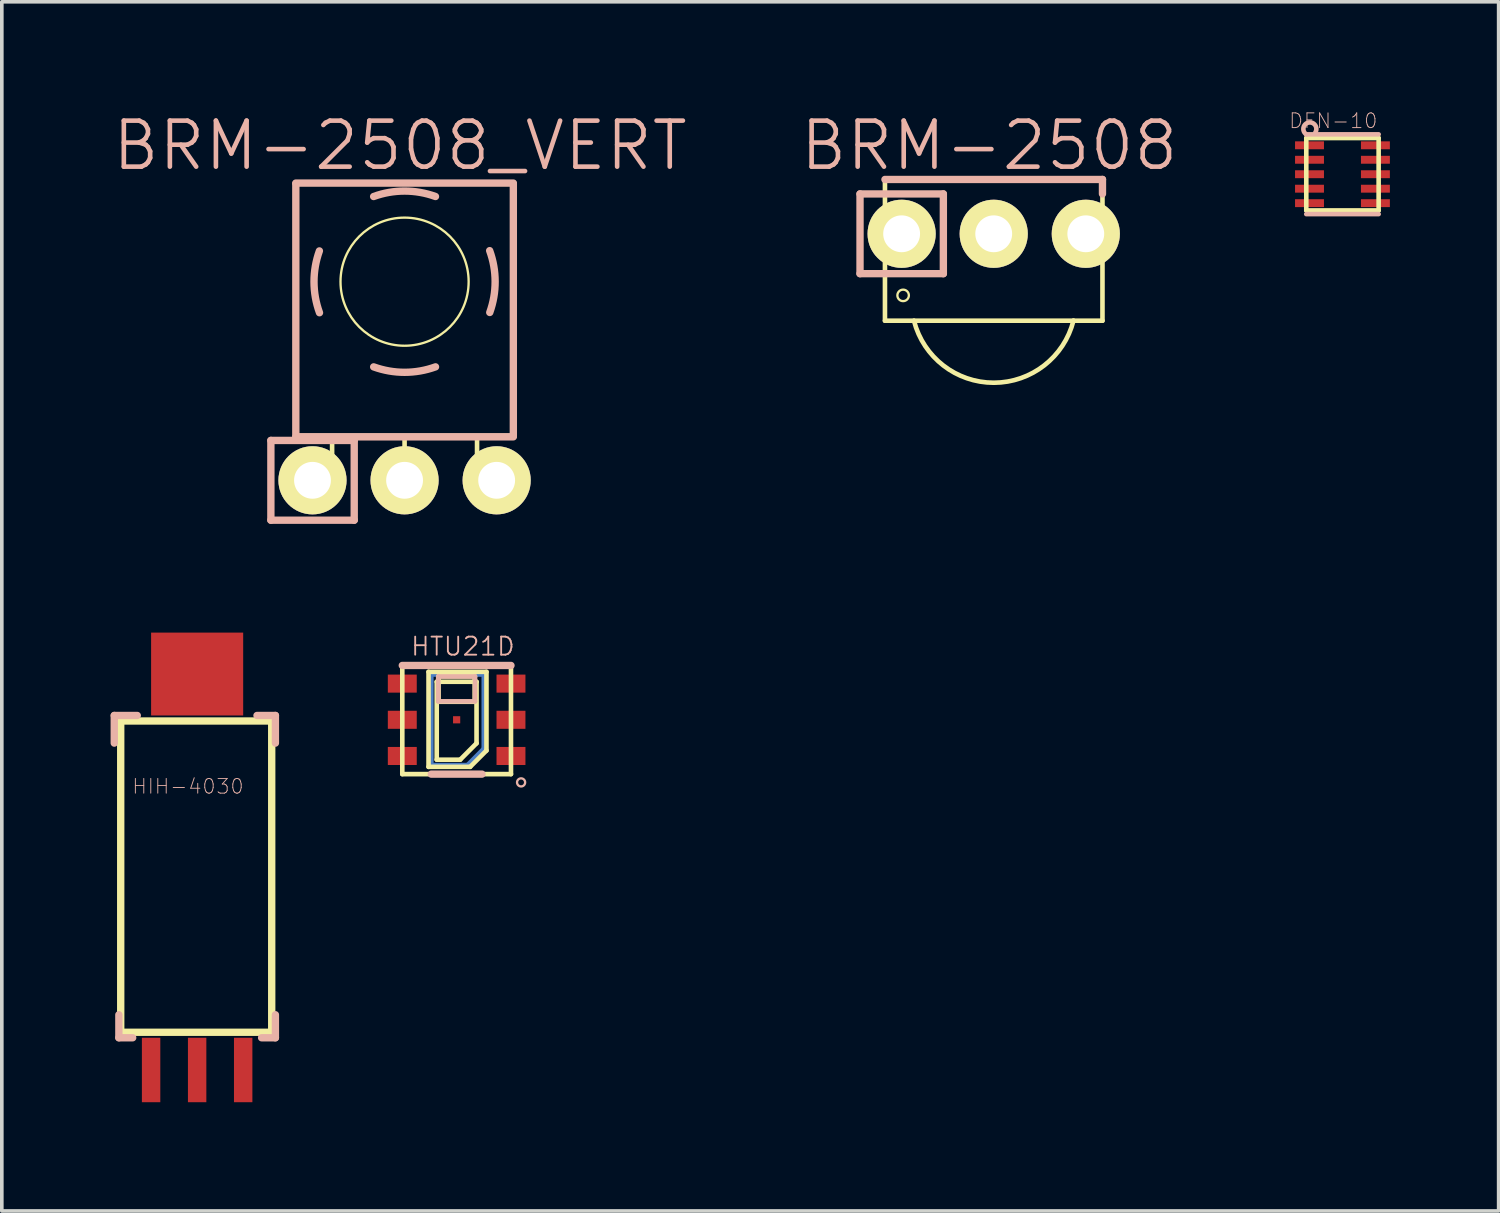
<source format=kicad_pcb>
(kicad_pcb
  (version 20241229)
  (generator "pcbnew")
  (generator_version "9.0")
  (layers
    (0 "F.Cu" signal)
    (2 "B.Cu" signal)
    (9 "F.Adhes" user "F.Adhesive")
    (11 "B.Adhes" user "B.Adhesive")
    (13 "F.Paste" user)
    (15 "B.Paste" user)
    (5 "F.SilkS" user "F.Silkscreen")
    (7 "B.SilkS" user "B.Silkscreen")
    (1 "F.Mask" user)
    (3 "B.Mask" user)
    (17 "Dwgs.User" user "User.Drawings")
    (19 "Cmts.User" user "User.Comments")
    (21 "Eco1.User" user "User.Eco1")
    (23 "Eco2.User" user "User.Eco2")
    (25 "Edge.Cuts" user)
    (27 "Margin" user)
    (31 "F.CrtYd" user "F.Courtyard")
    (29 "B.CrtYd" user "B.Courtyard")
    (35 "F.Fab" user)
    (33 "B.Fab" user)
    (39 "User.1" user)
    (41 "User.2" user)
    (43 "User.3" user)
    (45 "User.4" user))
  (footprint "HIH-4030"
    (layer "F.Cu")
    (at 2.388 21.385)
    (property "Reference" "HIH-4030" (at -0.254 -2.743 0) (layer "B.SilkS") (effects (font (size 0.406 0.406) (thickness 0.025))))
    (attr smd)
    (fp_line (start -2.108 -4.547) (end 2.057 -4.547) (stroke (width 0.203) (type solid)) (layer "F.SilkS"))
    (fp_line (start -2.108 4.039) (end -2.108 -4.547) (stroke (width 0.203) (type solid)) (layer "F.SilkS"))
    (fp_line (start 2.057 -4.547) (end 2.057 4.039) (stroke (width 0.203) (type solid)) (layer "F.SilkS"))
    (fp_line (start 2.057 4.039) (end -2.108 4.039) (stroke (width 0.203) (type solid)) (layer "F.SilkS"))
    (fp_line (start -2.286 -4.699) (end -1.651 -4.699) (stroke (width 0.203) (type solid)) (layer "B.SilkS"))
    (fp_line (start -2.286 -3.937) (end -2.286 -4.699) (stroke (width 0.203) (type solid)) (layer "B.SilkS"))
    (fp_line (start -2.159 3.556) (end -2.159 4.191) (stroke (width 0.203) (type solid)) (layer "B.SilkS"))
    (fp_line (start -2.159 4.191) (end -1.778 4.191) (stroke (width 0.203) (type solid)) (layer "B.SilkS"))
    (fp_line (start 1.778 4.191) (end 2.159 4.191) (stroke (width 0.203) (type solid)) (layer "B.SilkS"))
    (fp_line (start 2.159 -4.699) (end 1.651 -4.699) (stroke (width 0.203) (type solid)) (layer "B.SilkS"))
    (fp_line (start 2.159 -3.937) (end 2.159 -4.699) (stroke (width 0.203) (type solid)) (layer "B.SilkS"))
    (fp_line (start 2.159 4.191) (end 2.159 3.556) (stroke (width 0.203) (type solid)) (layer "B.SilkS"))
    (pad "1" smd rect (at -1.27 5.08) (size 0.508 1.778) (layers "F.Cu" "F.Mask" "F.Paste"))
    (pad "2" smd rect (at 0 5.08) (size 0.508 1.778) (layers "F.Cu" "F.Mask" "F.Paste"))
    (pad "3" smd rect (at 1.27 5.08) (size 0.508 1.778) (layers "F.Cu" "F.Mask" "F.Paste"))
    (pad "NC" smd rect (at 0 -5.842) (size 2.54 2.286) (layers "F.Cu" "F.Mask" "F.Paste")))
  (footprint "HTU21D"
    (layer "F.Cu")
    (at 9.546 16.805)
    (property "Reference" "HTU21D" (at 0.173 -2.024 0) (layer "B.SilkS") (effects (font (size 0.498 0.498) (thickness 0.051))))
    (attr smd)
    (fp_line (start -0.699 -1.25) (end 0.749 -1.25) (stroke (width 0.127) (type solid)) (layer "B.Cu"))
    (fp_line (start -0.699 1.25) (end -0.699 -1.25) (stroke (width 0.127) (type solid)) (layer "B.Cu"))
    (fp_line (start 0.3 1.25) (end -0.699 1.25) (stroke (width 0.127) (type solid)) (layer "B.Cu"))
    (fp_line (start 0.749 -1.25) (end 0.749 0.798) (stroke (width 0.127) (type solid)) (layer "B.Cu"))
    (fp_line (start 0.749 0.798) (end 0.3 1.25) (stroke (width 0.127) (type solid)) (layer "B.Cu"))
    (fp_line (start -1.499 -1.499) (end -1.499 1.499) (stroke (width 0.127) (type solid)) (layer "F.SilkS"))
    (fp_line (start -0.775 -1.323) (end -0.775 1.298) (stroke (width 0.127) (type solid)) (layer "F.SilkS"))
    (fp_line (start -0.775 1.298) (end 0.373 1.298) (stroke (width 0.127) (type solid)) (layer "F.SilkS"))
    (fp_line (start -0.549 -1.049) (end 0.549 -1.049) (stroke (width 0.127) (type solid)) (layer "F.SilkS"))
    (fp_line (start -0.549 1.1) (end -0.549 -1.049) (stroke (width 0.127) (type solid)) (layer "F.SilkS"))
    (fp_line (start -0.498 -1.199) (end 0.498 -1.199) (stroke (width 0.127) (type solid)) (layer "F.SilkS"))
    (fp_line (start -0.498 -0.498) (end -0.498 -1.199) (stroke (width 0.127) (type solid)) (layer "F.SilkS"))
    (fp_line (start 0.099 1.1) (end -0.549 1.1) (stroke (width 0.127) (type solid)) (layer "F.SilkS"))
    (fp_line (start 0.373 1.298) (end 0.823 0.848) (stroke (width 0.127) (type solid)) (layer "F.SilkS"))
    (fp_line (start 0.498 -1.199) (end 0.498 -0.498) (stroke (width 0.127) (type solid)) (layer "F.SilkS"))
    (fp_line (start 0.498 -0.498) (end -0.498 -0.498) (stroke (width 0.127) (type solid)) (layer "F.SilkS"))
    (fp_line (start 0.549 -1.049) (end 0.549 0.648) (stroke (width 0.127) (type solid)) (layer "F.SilkS"))
    (fp_line (start 0.549 0.648) (end 0.099 1.1) (stroke (width 0.127) (type solid)) (layer "F.SilkS"))
    (fp_line (start 0.823 -1.323) (end -0.775 -1.323) (stroke (width 0.127) (type solid)) (layer "F.SilkS"))
    (fp_line (start 0.823 0.848) (end 0.823 -1.323) (stroke (width 0.127) (type solid)) (layer "F.SilkS"))
    (fp_line (start 1.499 -1.499) (end -1.499 -1.499) (stroke (width 0.127) (type solid)) (layer "F.SilkS"))
    (fp_line (start 1.499 -1.499) (end 1.499 1.499) (stroke (width 0.127) (type solid)) (layer "F.SilkS"))
    (fp_line (start 1.499 1.499) (end -1.499 1.499) (stroke (width 0.127) (type solid)) (layer "F.SilkS"))
    (fp_line (start -1.499 -1.499) (end 1.499 -1.499) (stroke (width 0.203) (type solid)) (layer "B.SilkS"))
    (fp_line (start -0.699 1.499) (end 0.699 1.499) (stroke (width 0.203) (type solid)) (layer "B.SilkS"))
    (fp_line (start -0.508 -1.194) (end -0.508 -0.508) (stroke (width 0.127) (type solid)) (layer "B.SilkS"))
    (fp_line (start -0.508 -0.508) (end 0.508 -0.508) (stroke (width 0.127) (type solid)) (layer "B.SilkS"))
    (fp_line (start 0.508 -1.194) (end -0.508 -1.194) (stroke (width 0.127) (type solid)) (layer "B.SilkS"))
    (fp_line (start 0.508 -0.508) (end 0.508 -1.194) (stroke (width 0.127) (type solid)) (layer "B.SilkS"))
    (fp_circle (center 1.778 1.727) (end 1.857 1.806) (stroke (width 0.064) (type solid)) (fill no) (layer "B.SilkS"))
    (pad "7" smd rect (at 0 0) (size 0.198 0.198) (layers "F.Cu" "F.Mask" "F.Paste"))
    (pad "DATA" smd rect (at 1.499 0.998 270) (size 0.498 0.798) (layers "F.Cu" "F.Mask" "F.Paste"))
    (pad "GND" smd rect (at 1.499 0 270) (size 0.498 0.798) (layers "F.Cu" "F.Mask" "F.Paste"))
    (pad "NC@1" smd rect (at -1.499 -0.998 270) (size 0.498 0.798) (layers "F.Cu" "F.Mask" "F.Paste"))
    (pad "NC@6" smd rect (at 1.499 -0.998 270) (size 0.498 0.798) (layers "F.Cu" "F.Mask" "F.Paste"))
    (pad "SCK" smd rect (at -1.499 0.998 270) (size 0.498 0.798) (layers "F.Cu" "F.Mask" "F.Paste"))
    (pad "VDD" smd rect (at -1.499 0 270) (size 0.498 0.798) (layers "F.Cu" "F.Mask" "F.Paste")))
  (footprint "DFN-10"
    (layer "F.Cu")
    (at 33.981 1.756)
    (property "Reference" "DFN-10" (at -0.254 -1.473 0) (layer "B.SilkS") (effects (font (size 0.406 0.406) (thickness 0.025))))
    (attr smd)
    (fp_line (start -0.998 -0.998) (end -0.998 0.998) (stroke (width 0.127) (type solid)) (layer "F.SilkS"))
    (fp_line (start -0.998 0.998) (end 0.998 0.998) (stroke (width 0.127) (type solid)) (layer "F.SilkS"))
    (fp_line (start 0.998 -0.998) (end -0.998 -0.998) (stroke (width 0.127) (type solid)) (layer "F.SilkS"))
    (fp_line (start 0.998 0.998) (end 0.998 -0.998) (stroke (width 0.127) (type solid)) (layer "F.SilkS"))
    (fp_line (start -0.998 -1.1) (end 0.998 -1.1) (stroke (width 0.127) (type solid)) (layer "B.SilkS"))
    (fp_line (start -0.998 1.1) (end 0.998 1.1) (stroke (width 0.127) (type solid)) (layer "B.SilkS"))
    (fp_arc (start -0.99822 -1.09982) (mid -0.935081 -1.425693) (end -0.7493 -1.15062) (stroke (width 0.127) (type solid)) (layer "B.SilkS"))
    (pad "1" smd rect (at -0.909 -0.798) (size 0.798 0.218) (layers "F.Cu" "F.Mask" "F.Paste"))
    (pad "2" smd rect (at -0.909 -0.399) (size 0.798 0.218) (layers "F.Cu" "F.Mask" "F.Paste"))
    (pad "3" smd rect (at -0.909 0) (size 0.798 0.218) (layers "F.Cu" "F.Mask" "F.Paste"))
    (pad "4" smd rect (at -0.909 0.399) (size 0.798 0.218) (layers "F.Cu" "F.Mask" "F.Paste"))
    (pad "5" smd rect (at -0.909 0.798) (size 0.798 0.218) (layers "F.Cu" "F.Mask" "F.Paste"))
    (pad "6" smd rect (at 0.909 0.798) (size 0.798 0.218) (layers "F.Cu" "F.Mask" "F.Paste"))
    (pad "7" smd rect (at 0.909 0.399) (size 0.798 0.218) (layers "F.Cu" "F.Mask" "F.Paste"))
    (pad "8" smd rect (at 0.909 0) (size 0.798 0.218) (layers "F.Cu" "F.Mask" "F.Paste"))
    (pad "9" smd rect (at 0.909 -0.399) (size 0.798 0.218) (layers "F.Cu" "F.Mask" "F.Paste"))
    (pad "10" smd rect (at 0.909 -0.798) (size 0.798 0.218) (layers "F.Cu" "F.Mask" "F.Paste")))
  (footprint "BRM-2508"
    (layer "F.Cu")
    (at 24.361 3.399)
    (property "Reference" "BRM-2508" (at -0.124 -2.433 0) (layer "B.SilkS") (effects (font (size 1.27 1.27) (thickness 0.127))))
    (attr exclude_from_pos_files exclude_from_bom)
    (fp_line (start -3 -1.499) (end -3 2.398) (stroke (width 0.127) (type solid)) (layer "F.SilkS"))
    (fp_line (start -3 -1.499) (end 3 -1.499) (stroke (width 0.127) (type solid)) (layer "F.SilkS"))
    (fp_line (start -3 2.398) (end -2.2 2.398) (stroke (width 0.127) (type solid)) (layer "F.SilkS"))
    (fp_line (start -2.794 -0.254) (end -2.286 -0.254) (stroke (width 0.066) (type solid)) (layer "F.SilkS"))
    (fp_line (start -2.794 0.254) (end -2.794 -0.254) (stroke (width 0.066) (type solid)) (layer "F.SilkS"))
    (fp_line (start -2.794 0.254) (end -2.286 0.254) (stroke (width 0.066) (type solid)) (layer "F.SilkS"))
    (fp_line (start -2.286 0.254) (end -2.286 -0.254) (stroke (width 0.066) (type solid)) (layer "F.SilkS"))
    (fp_line (start -2.2 2.398) (end 2.2 2.398) (stroke (width 0.127) (type solid)) (layer "F.SilkS"))
    (fp_line (start -0.254 -0.254) (end 0.254 -0.254) (stroke (width 0.066) (type solid)) (layer "F.SilkS"))
    (fp_line (start -0.254 0.254) (end -0.254 -0.254) (stroke (width 0.066) (type solid)) (layer "F.SilkS"))
    (fp_line (start -0.254 0.254) (end 0.254 0.254) (stroke (width 0.066) (type solid)) (layer "F.SilkS"))
    (fp_line (start 0.254 0.254) (end 0.254 -0.254) (stroke (width 0.066) (type solid)) (layer "F.SilkS"))
    (fp_line (start 2.2 2.398) (end 3 2.398) (stroke (width 0.127) (type solid)) (layer "F.SilkS"))
    (fp_line (start 2.286 -0.254) (end 2.794 -0.254) (stroke (width 0.066) (type solid)) (layer "F.SilkS"))
    (fp_line (start 2.286 0.254) (end 2.286 -0.254) (stroke (width 0.066) (type solid)) (layer "F.SilkS"))
    (fp_line (start 2.286 0.254) (end 2.794 0.254) (stroke (width 0.066) (type solid)) (layer "F.SilkS"))
    (fp_line (start 2.794 0.254) (end 2.794 -0.254) (stroke (width 0.066) (type solid)) (layer "F.SilkS"))
    (fp_line (start 3 -1.499) (end 3 2.398) (stroke (width 0.127) (type solid)) (layer "F.SilkS"))
    (fp_arc (start 2.19964 2.39776) (mid 0.003804 4.108466) (end -2.197755 2.40513) (stroke (width 0.127) (type solid)) (layer "F.SilkS"))
    (fp_circle (center -2.499 1.699) (end -2.611 1.811) (stroke (width 0.064) (type solid)) (fill no) (layer "F.SilkS"))
    (fp_line (start -3.688 -1.1) (end -3.688 1.1) (stroke (width 0.203) (type solid)) (layer "B.SilkS"))
    (fp_line (start -3 -1.499) (end 3 -1.499) (stroke (width 0.203) (type solid)) (layer "B.SilkS"))
    (fp_line (start -1.389 -1.1) (end -3.688 -1.1) (stroke (width 0.203) (type solid)) (layer "B.SilkS"))
    (fp_line (start -1.389 -1.1) (end -1.389 1.1) (stroke (width 0.203) (type solid)) (layer "B.SilkS"))
    (fp_line (start -1.389 1.1) (end -3.688 1.1) (stroke (width 0.203) (type solid)) (layer "B.SilkS"))
    (fp_line (start 3 -1.499) (end 3 -1.1) (stroke (width 0.203) (type solid)) (layer "B.SilkS"))
    (pad "1" thru_hole circle (at -2.54 0) (size 1.88 1.88) (drill 1.016) (layers "*.Cu" "F.Mask" "F.SilkS" "F.Paste"))
    (pad "2" thru_hole circle (at 0 0) (size 1.88 1.88) (drill 1.016) (layers "*.Cu" "F.Mask" "F.SilkS" "F.Paste"))
    (pad "3" thru_hole circle (at 2.54 0) (size 1.88 1.88) (drill 1.016) (layers "*.Cu" "F.Mask" "F.SilkS" "F.Paste")))
  (footprint "BRM-2508_VERT"
    (layer "F.Cu")
    (at 8.11 10.199)
    (property "Reference" "BRM-2508_VERT" (at -0.124 -9.233 0) (layer "B.SilkS") (effects (font (size 1.27 1.27) (thickness 0.127))))
    (attr exclude_from_pos_files exclude_from_bom)
    (fp_line (start -3 -8.179) (end -3 -1.229) (stroke (width 0.127) (type solid)) (layer "F.SilkS"))
    (fp_line (start -3 -8.179) (end 3 -8.179) (stroke (width 0.127) (type solid)) (layer "F.SilkS"))
    (fp_line (start -3 -1.229) (end 3 -1.229) (stroke (width 0.127) (type solid)) (layer "F.SilkS"))
    (fp_line (start -2.794 -0.254) (end -2.286 -0.254) (stroke (width 0.066) (type solid)) (layer "F.SilkS"))
    (fp_line (start -2.794 0.254) (end -2.794 -0.254) (stroke (width 0.066) (type solid)) (layer "F.SilkS"))
    (fp_line (start -2.794 0.254) (end -2.286 0.254) (stroke (width 0.066) (type solid)) (layer "F.SilkS"))
    (fp_line (start -2.499 0) (end -1.999 0) (stroke (width 0.127) (type solid)) (layer "F.SilkS"))
    (fp_line (start -2.286 0.254) (end -2.286 -0.254) (stroke (width 0.066) (type solid)) (layer "F.SilkS"))
    (fp_line (start -1.999 0) (end -1.999 -1.199) (stroke (width 0.127) (type solid)) (layer "F.SilkS"))
    (fp_line (start -0.254 -0.254) (end 0.254 -0.254) (stroke (width 0.066) (type solid)) (layer "F.SilkS"))
    (fp_line (start -0.254 0.254) (end -0.254 -0.254) (stroke (width 0.066) (type solid)) (layer "F.SilkS"))
    (fp_line (start -0.254 0.254) (end 0.254 0.254) (stroke (width 0.066) (type solid)) (layer "F.SilkS"))
    (fp_line (start 0 -1.199) (end 0 0) (stroke (width 0.127) (type solid)) (layer "F.SilkS"))
    (fp_line (start 0.254 0.254) (end 0.254 -0.254) (stroke (width 0.066) (type solid)) (layer "F.SilkS"))
    (fp_line (start 1.999 0) (end 1.999 -1.199) (stroke (width 0.127) (type solid)) (layer "F.SilkS"))
    (fp_line (start 2.286 -0.254) (end 2.794 -0.254) (stroke (width 0.066) (type solid)) (layer "F.SilkS"))
    (fp_line (start 2.286 0.254) (end 2.286 -0.254) (stroke (width 0.066) (type solid)) (layer "F.SilkS"))
    (fp_line (start 2.286 0.254) (end 2.794 0.254) (stroke (width 0.066) (type solid)) (layer "F.SilkS"))
    (fp_line (start 2.499 0) (end 1.999 0) (stroke (width 0.127) (type solid)) (layer "F.SilkS"))
    (fp_line (start 2.794 0.254) (end 2.794 -0.254) (stroke (width 0.066) (type solid)) (layer "F.SilkS"))
    (fp_line (start 3 -8.179) (end 3 -1.229) (stroke (width 0.127) (type solid)) (layer "F.SilkS"))
    (fp_circle (center -2.54 -0.699) (end -2.652 -0.81) (stroke (width 0.064) (type solid)) (fill no) (layer "F.SilkS"))
    (fp_circle (center 0 -5.479) (end -1.25 -6.728) (stroke (width 0.064) (type solid)) (fill no) (layer "F.SilkS"))
    (fp_line (start -3.688 -1.1) (end -3.688 1.1) (stroke (width 0.203) (type solid)) (layer "B.SilkS"))
    (fp_line (start -3 -8.199) (end 3 -8.199) (stroke (width 0.203) (type solid)) (layer "B.SilkS"))
    (fp_line (start -3 -8.179) (end -3 -1.229) (stroke (width 0.203) (type solid)) (layer "B.SilkS"))
    (fp_line (start -3 -1.199) (end 3 -1.199) (stroke (width 0.203) (type solid)) (layer "B.SilkS"))
    (fp_line (start -1.389 -1.1) (end -3.688 -1.1) (stroke (width 0.203) (type solid)) (layer "B.SilkS"))
    (fp_line (start -1.389 -1.1) (end -1.389 1.1) (stroke (width 0.203) (type solid)) (layer "B.SilkS"))
    (fp_line (start -1.389 1.1) (end -3.688 1.1) (stroke (width 0.203) (type solid)) (layer "B.SilkS"))
    (fp_line (start 3 -8.179) (end 3 -1.229) (stroke (width 0.203) (type solid)) (layer "B.SilkS"))
    (fp_arc (start -2.34696 -4.6228) (mid -2.498181 -5.47495) (end -2.349574 -6.327559) (stroke (width 0.2032) (type solid)) (layer "B.SilkS"))
    (fp_arc (start -0.85344 -7.82828) (mid -0.000577 -7.978482) (end 0.852356 -7.828673) (stroke (width 0.2032) (type solid)) (layer "B.SilkS"))
    (fp_arc (start 0.85344 -3.12928) (mid 0.000577 -2.979078) (end -0.852356 -3.128887) (stroke (width 0.2032) (type solid)) (layer "B.SilkS"))
    (fp_arc (start 2.34696 -6.33476) (mid 2.498181 -5.48261) (end 2.349574 -4.630001) (stroke (width 0.2032) (type solid)) (layer "B.SilkS"))
    (pad "1" thru_hole circle (at -2.54 0) (size 1.88 1.88) (drill 1.016) (layers "*.Cu" "F.Mask" "F.SilkS" "F.Paste"))
    (pad "2" thru_hole circle (at 0 0) (size 1.88 1.88) (drill 1.016) (layers "*.Cu" "F.Mask" "F.SilkS" "F.Paste"))
    (pad "3" thru_hole circle (at 2.54 0) (size 1.88 1.88) (drill 1.016) (layers "*.Cu" "F.Mask" "F.SilkS" "F.Paste")))
  (gr_rect
    (start -3 -3)
    (end 38.289 30.354)
    (stroke (width 0.1) (type default))
    (fill no)
    (layer "Edge.Cuts")))
</source>
